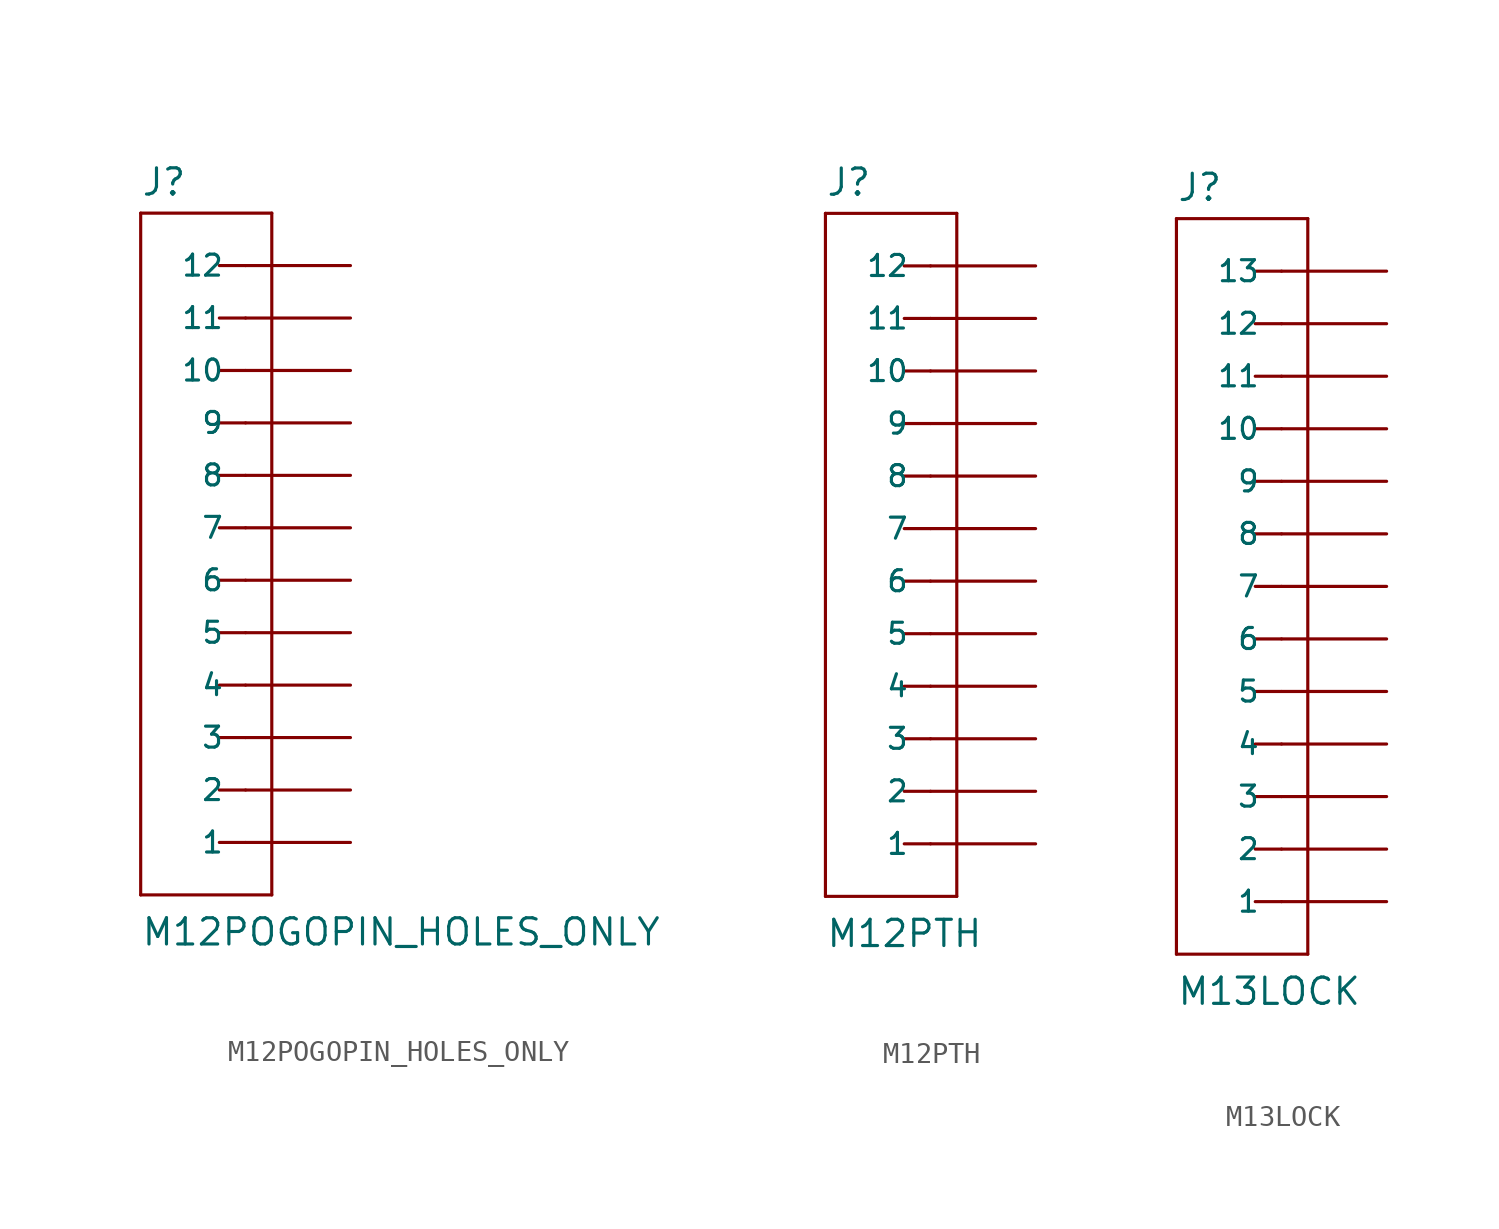
<source format=kicad_sym>
(kicad_symbol_lib
  (version 20211014)
  (generator kicad_symbol_editor)
  (symbol "M12POGOPIN_HOLES_ONLY"
    (pin_numbers hide)
    (pin_names
      (offset 1.016))
    (property "Reference" "J"
      (at 0 16.002 0)
      (effects (font (size 1.27 1.27)) (justify left bottom)))
    (property "Value" "M12POGOPIN_HOLES_ONLY"
      (at 0 -20.32 0)
      (effects (font (size 1.27 1.27)) (justify left bottom)))
    (property "Datasheet" ""
      (at 0 0 0)
      (effects (font (size 1.524 1.524))))
    (property "ki_locked" ""
      (at 0 0 0)
      (effects (font (size 1.27 1.27))))
    (symbol "M12POGOPIN_HOLES_ONLY_1_0"
      (polyline (pts (xy 0 15.24) (xy 0 -17.78)) (stroke (width 0) (type default) (color 0 0 0 0)) (fill (type none)))
      (polyline (pts (xy 0 15.24) (xy 6.35 15.24)) (stroke (width 0) (type default) (color 0 0 0 0)) (fill (type none)))
      (polyline (pts (xy 3.81 -15.24) (xy 5.08 -15.24)) (stroke (width 0) (type default) (color 0 0 0 0)) (fill (type none)))
      (polyline (pts (xy 3.81 -12.7) (xy 5.08 -12.7)) (stroke (width 0) (type default) (color 0 0 0 0)) (fill (type none)))
      (polyline (pts (xy 3.81 -10.16) (xy 5.08 -10.16)) (stroke (width 0) (type default) (color 0 0 0 0)) (fill (type none)))
      (polyline (pts (xy 3.81 -7.62) (xy 5.08 -7.62)) (stroke (width 0) (type default) (color 0 0 0 0)) (fill (type none)))
      (polyline (pts (xy 3.81 -5.08) (xy 5.08 -5.08)) (stroke (width 0) (type default) (color 0 0 0 0)) (fill (type none)))
      (polyline (pts (xy 3.81 -2.54) (xy 5.08 -2.54)) (stroke (width 0) (type default) (color 0 0 0 0)) (fill (type none)))
      (polyline (pts (xy 3.81 0) (xy 5.08 0)) (stroke (width 0) (type default) (color 0 0 0 0)) (fill (type none)))
      (polyline (pts (xy 3.81 2.54) (xy 5.08 2.54)) (stroke (width 0) (type default) (color 0 0 0 0)) (fill (type none)))
      (polyline (pts (xy 3.81 5.08) (xy 5.08 5.08)) (stroke (width 0) (type default) (color 0 0 0 0)) (fill (type none)))
      (polyline (pts (xy 3.81 7.62) (xy 5.08 7.62)) (stroke (width 0) (type default) (color 0 0 0 0)) (fill (type none)))
      (polyline (pts (xy 3.81 10.16) (xy 5.08 10.16)) (stroke (width 0) (type default) (color 0 0 0 0)) (fill (type none)))
      (polyline (pts (xy 3.81 12.7) (xy 5.08 12.7)) (stroke (width 0) (type default) (color 0 0 0 0)) (fill (type none)))
      (polyline (pts (xy 6.35 -17.78) (xy 0 -17.78)) (stroke (width 0) (type default) (color 0 0 0 0)) (fill (type none)))
      (polyline (pts (xy 6.35 -17.78) (xy 6.35 15.24)) (stroke (width 0) (type default) (color 0 0 0 0)) (fill (type none))))
    (symbol "M12POGOPIN_HOLES_ONLY_1_1"
      (pin passive line (at 10.16 -15.24 180) (length 5.08) (name "1" (effects (font (size 1.016 1.016)))) (number "1" (effects (font (size 1.016 1.016)))))
      (pin passive line (at 10.16 7.62 180) (length 5.08) (name "10" (effects (font (size 1.016 1.016)))) (number "10" (effects (font (size 1.016 1.016)))))
      (pin passive line (at 10.16 10.16 180) (length 5.08) (name "11" (effects (font (size 1.016 1.016)))) (number "11" (effects (font (size 1.016 1.016)))))
      (pin passive line (at 10.16 12.7 180) (length 5.08) (name "12" (effects (font (size 1.016 1.016)))) (number "12" (effects (font (size 1.016 1.016)))))
      (pin passive line (at 10.16 -12.7 180) (length 5.08) (name "2" (effects (font (size 1.016 1.016)))) (number "2" (effects (font (size 1.016 1.016)))))
      (pin passive line (at 10.16 -10.16 180) (length 5.08) (name "3" (effects (font (size 1.016 1.016)))) (number "3" (effects (font (size 1.016 1.016)))))
      (pin passive line (at 10.16 -7.62 180) (length 5.08) (name "4" (effects (font (size 1.016 1.016)))) (number "4" (effects (font (size 1.016 1.016)))))
      (pin passive line (at 10.16 -5.08 180) (length 5.08) (name "5" (effects (font (size 1.016 1.016)))) (number "5" (effects (font (size 1.016 1.016)))))
      (pin passive line (at 10.16 -2.54 180) (length 5.08) (name "6" (effects (font (size 1.016 1.016)))) (number "6" (effects (font (size 1.016 1.016)))))
      (pin passive line (at 10.16 0 180) (length 5.08) (name "7" (effects (font (size 1.016 1.016)))) (number "7" (effects (font (size 1.016 1.016)))))
      (pin passive line (at 10.16 2.54 180) (length 5.08) (name "8" (effects (font (size 1.016 1.016)))) (number "8" (effects (font (size 1.016 1.016)))))
      (pin passive line (at 10.16 5.08 180) (length 5.08) (name "9" (effects (font (size 1.016 1.016)))) (number "9" (effects (font (size 1.016 1.016)))))))
  (symbol "M12PTH"
    (pin_numbers hide)
    (pin_names
      (offset 1.016))
    (property "Reference" "J"
      (at 0 16.002 0)
      (effects (font (size 1.27 1.27)) (justify left bottom)))
    (property "Value" "M12PTH"
      (at 0 -20.32 0)
      (effects (font (size 1.27 1.27)) (justify left bottom)))
    (property "Datasheet" ""
      (at 0 0 0)
      (effects (font (size 1.524 1.524))))
    (property "ki_locked" ""
      (at 0 0 0)
      (effects (font (size 1.27 1.27))))
    (symbol "M12PTH_1_0"
      (polyline (pts (xy 0 15.24) (xy 0 -17.78)) (stroke (width 0) (type default) (color 0 0 0 0)) (fill (type none)))
      (polyline (pts (xy 0 15.24) (xy 6.35 15.24)) (stroke (width 0) (type default) (color 0 0 0 0)) (fill (type none)))
      (polyline (pts (xy 3.81 -15.24) (xy 5.08 -15.24)) (stroke (width 0) (type default) (color 0 0 0 0)) (fill (type none)))
      (polyline (pts (xy 3.81 -12.7) (xy 5.08 -12.7)) (stroke (width 0) (type default) (color 0 0 0 0)) (fill (type none)))
      (polyline (pts (xy 3.81 -10.16) (xy 5.08 -10.16)) (stroke (width 0) (type default) (color 0 0 0 0)) (fill (type none)))
      (polyline (pts (xy 3.81 -7.62) (xy 5.08 -7.62)) (stroke (width 0) (type default) (color 0 0 0 0)) (fill (type none)))
      (polyline (pts (xy 3.81 -5.08) (xy 5.08 -5.08)) (stroke (width 0) (type default) (color 0 0 0 0)) (fill (type none)))
      (polyline (pts (xy 3.81 -2.54) (xy 5.08 -2.54)) (stroke (width 0) (type default) (color 0 0 0 0)) (fill (type none)))
      (polyline (pts (xy 3.81 0) (xy 5.08 0)) (stroke (width 0) (type default) (color 0 0 0 0)) (fill (type none)))
      (polyline (pts (xy 3.81 2.54) (xy 5.08 2.54)) (stroke (width 0) (type default) (color 0 0 0 0)) (fill (type none)))
      (polyline (pts (xy 3.81 5.08) (xy 5.08 5.08)) (stroke (width 0) (type default) (color 0 0 0 0)) (fill (type none)))
      (polyline (pts (xy 3.81 7.62) (xy 5.08 7.62)) (stroke (width 0) (type default) (color 0 0 0 0)) (fill (type none)))
      (polyline (pts (xy 3.81 10.16) (xy 5.08 10.16)) (stroke (width 0) (type default) (color 0 0 0 0)) (fill (type none)))
      (polyline (pts (xy 3.81 12.7) (xy 5.08 12.7)) (stroke (width 0) (type default) (color 0 0 0 0)) (fill (type none)))
      (polyline (pts (xy 6.35 -17.78) (xy 0 -17.78)) (stroke (width 0) (type default) (color 0 0 0 0)) (fill (type none)))
      (polyline (pts (xy 6.35 -17.78) (xy 6.35 15.24)) (stroke (width 0) (type default) (color 0 0 0 0)) (fill (type none))))
    (symbol "M12PTH_1_1"
      (pin passive line (at 10.16 -15.24 180) (length 5.08) (name "1" (effects (font (size 1.016 1.016)))) (number "1" (effects (font (size 1.016 1.016)))))
      (pin passive line (at 10.16 7.62 180) (length 5.08) (name "10" (effects (font (size 1.016 1.016)))) (number "10" (effects (font (size 1.016 1.016)))))
      (pin passive line (at 10.16 10.16 180) (length 5.08) (name "11" (effects (font (size 1.016 1.016)))) (number "11" (effects (font (size 1.016 1.016)))))
      (pin passive line (at 10.16 12.7 180) (length 5.08) (name "12" (effects (font (size 1.016 1.016)))) (number "12" (effects (font (size 1.016 1.016)))))
      (pin passive line (at 10.16 -12.7 180) (length 5.08) (name "2" (effects (font (size 1.016 1.016)))) (number "2" (effects (font (size 1.016 1.016)))))
      (pin passive line (at 10.16 -10.16 180) (length 5.08) (name "3" (effects (font (size 1.016 1.016)))) (number "3" (effects (font (size 1.016 1.016)))))
      (pin passive line (at 10.16 -7.62 180) (length 5.08) (name "4" (effects (font (size 1.016 1.016)))) (number "4" (effects (font (size 1.016 1.016)))))
      (pin passive line (at 10.16 -5.08 180) (length 5.08) (name "5" (effects (font (size 1.016 1.016)))) (number "5" (effects (font (size 1.016 1.016)))))
      (pin passive line (at 10.16 -2.54 180) (length 5.08) (name "6" (effects (font (size 1.016 1.016)))) (number "6" (effects (font (size 1.016 1.016)))))
      (pin passive line (at 10.16 0 180) (length 5.08) (name "7" (effects (font (size 1.016 1.016)))) (number "7" (effects (font (size 1.016 1.016)))))
      (pin passive line (at 10.16 2.54 180) (length 5.08) (name "8" (effects (font (size 1.016 1.016)))) (number "8" (effects (font (size 1.016 1.016)))))
      (pin passive line (at 10.16 5.08 180) (length 5.08) (name "9" (effects (font (size 1.016 1.016)))) (number "9" (effects (font (size 1.016 1.016)))))))
  (symbol "M13LOCK"
    (pin_numbers hide)
    (pin_names
      (offset 1.016))
    (property "Reference" "J"
      (at 0 18.542 0)
      (effects (font (size 1.27 1.27)) (justify left bottom)))
    (property "Value" "M13LOCK"
      (at 0 -20.32 0)
      (effects (font (size 1.27 1.27)) (justify left bottom)))
    (property "Datasheet" ""
      (at 0 0 0)
      (effects (font (size 1.524 1.524))))
    (property "ki_locked" ""
      (at 0 0 0)
      (effects (font (size 1.27 1.27))))
    (symbol "M13LOCK_1_0"
      (polyline (pts (xy 0 17.78) (xy 0 -17.78)) (stroke (width 0) (type default) (color 0 0 0 0)) (fill (type none)))
      (polyline (pts (xy 0 17.78) (xy 6.35 17.78)) (stroke (width 0) (type default) (color 0 0 0 0)) (fill (type none)))
      (polyline (pts (xy 3.81 -15.24) (xy 5.08 -15.24)) (stroke (width 0) (type default) (color 0 0 0 0)) (fill (type none)))
      (polyline (pts (xy 3.81 -12.7) (xy 5.08 -12.7)) (stroke (width 0) (type default) (color 0 0 0 0)) (fill (type none)))
      (polyline (pts (xy 3.81 -10.16) (xy 5.08 -10.16)) (stroke (width 0) (type default) (color 0 0 0 0)) (fill (type none)))
      (polyline (pts (xy 3.81 -7.62) (xy 5.08 -7.62)) (stroke (width 0) (type default) (color 0 0 0 0)) (fill (type none)))
      (polyline (pts (xy 3.81 -5.08) (xy 5.08 -5.08)) (stroke (width 0) (type default) (color 0 0 0 0)) (fill (type none)))
      (polyline (pts (xy 3.81 -2.54) (xy 5.08 -2.54)) (stroke (width 0) (type default) (color 0 0 0 0)) (fill (type none)))
      (polyline (pts (xy 3.81 0) (xy 5.08 0)) (stroke (width 0) (type default) (color 0 0 0 0)) (fill (type none)))
      (polyline (pts (xy 3.81 2.54) (xy 5.08 2.54)) (stroke (width 0) (type default) (color 0 0 0 0)) (fill (type none)))
      (polyline (pts (xy 3.81 5.08) (xy 5.08 5.08)) (stroke (width 0) (type default) (color 0 0 0 0)) (fill (type none)))
      (polyline (pts (xy 3.81 7.62) (xy 5.08 7.62)) (stroke (width 0) (type default) (color 0 0 0 0)) (fill (type none)))
      (polyline (pts (xy 3.81 10.16) (xy 5.08 10.16)) (stroke (width 0) (type default) (color 0 0 0 0)) (fill (type none)))
      (polyline (pts (xy 3.81 12.7) (xy 5.08 12.7)) (stroke (width 0) (type default) (color 0 0 0 0)) (fill (type none)))
      (polyline (pts (xy 3.81 15.24) (xy 5.08 15.24)) (stroke (width 0) (type default) (color 0 0 0 0)) (fill (type none)))
      (polyline (pts (xy 6.35 -17.78) (xy 0 -17.78)) (stroke (width 0) (type default) (color 0 0 0 0)) (fill (type none)))
      (polyline (pts (xy 6.35 -17.78) (xy 6.35 17.78)) (stroke (width 0) (type default) (color 0 0 0 0)) (fill (type none))))
    (symbol "M13LOCK_1_1"
      (pin passive line (at 10.16 -15.24 180) (length 5.08) (name "1" (effects (font (size 1.016 1.016)))) (number "1" (effects (font (size 1.016 1.016)))))
      (pin passive line (at 10.16 7.62 180) (length 5.08) (name "10" (effects (font (size 1.016 1.016)))) (number "10" (effects (font (size 1.016 1.016)))))
      (pin passive line (at 10.16 10.16 180) (length 5.08) (name "11" (effects (font (size 1.016 1.016)))) (number "11" (effects (font (size 1.016 1.016)))))
      (pin passive line (at 10.16 12.7 180) (length 5.08) (name "12" (effects (font (size 1.016 1.016)))) (number "12" (effects (font (size 1.016 1.016)))))
      (pin passive line (at 10.16 15.24 180) (length 5.08) (name "13" (effects (font (size 1.016 1.016)))) (number "13" (effects (font (size 1.016 1.016)))))
      (pin passive line (at 10.16 -12.7 180) (length 5.08) (name "2" (effects (font (size 1.016 1.016)))) (number "2" (effects (font (size 1.016 1.016)))))
      (pin passive line (at 10.16 -10.16 180) (length 5.08) (name "3" (effects (font (size 1.016 1.016)))) (number "3" (effects (font (size 1.016 1.016)))))
      (pin passive line (at 10.16 -7.62 180) (length 5.08) (name "4" (effects (font (size 1.016 1.016)))) (number "4" (effects (font (size 1.016 1.016)))))
      (pin passive line (at 10.16 -5.08 180) (length 5.08) (name "5" (effects (font (size 1.016 1.016)))) (number "5" (effects (font (size 1.016 1.016)))))
      (pin passive line (at 10.16 -2.54 180) (length 5.08) (name "6" (effects (font (size 1.016 1.016)))) (number "6" (effects (font (size 1.016 1.016)))))
      (pin passive line (at 10.16 0 180) (length 5.08) (name "7" (effects (font (size 1.016 1.016)))) (number "7" (effects (font (size 1.016 1.016)))))
      (pin passive line (at 10.16 2.54 180) (length 5.08) (name "8" (effects (font (size 1.016 1.016)))) (number "8" (effects (font (size 1.016 1.016)))))
      (pin passive line (at 10.16 5.08 180) (length 5.08) (name "9" (effects (font (size 1.016 1.016)))) (number "9" (effects (font (size 1.016 1.016))))))))
</source>
